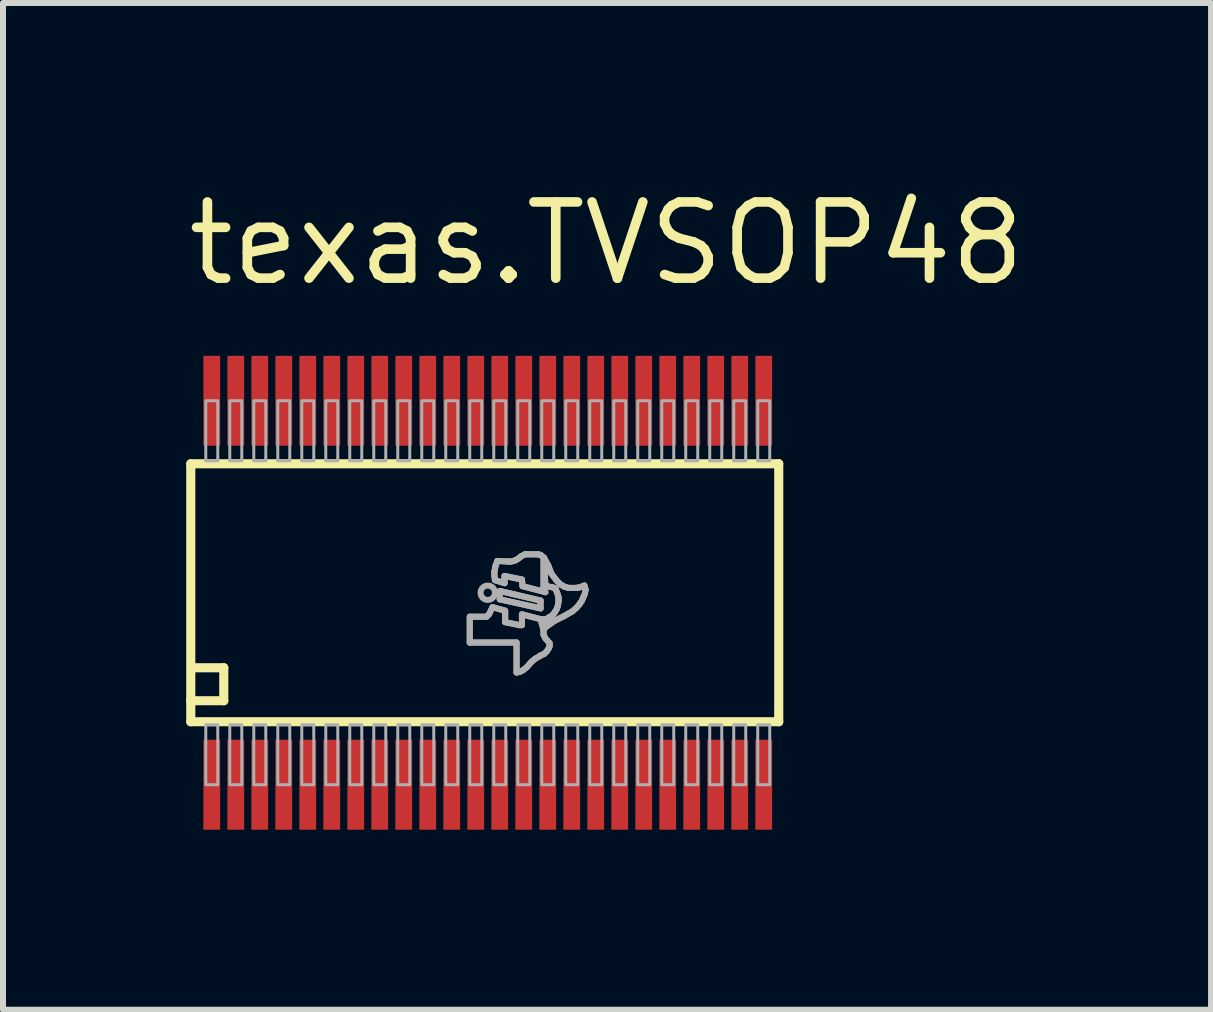
<source format=kicad_pcb>
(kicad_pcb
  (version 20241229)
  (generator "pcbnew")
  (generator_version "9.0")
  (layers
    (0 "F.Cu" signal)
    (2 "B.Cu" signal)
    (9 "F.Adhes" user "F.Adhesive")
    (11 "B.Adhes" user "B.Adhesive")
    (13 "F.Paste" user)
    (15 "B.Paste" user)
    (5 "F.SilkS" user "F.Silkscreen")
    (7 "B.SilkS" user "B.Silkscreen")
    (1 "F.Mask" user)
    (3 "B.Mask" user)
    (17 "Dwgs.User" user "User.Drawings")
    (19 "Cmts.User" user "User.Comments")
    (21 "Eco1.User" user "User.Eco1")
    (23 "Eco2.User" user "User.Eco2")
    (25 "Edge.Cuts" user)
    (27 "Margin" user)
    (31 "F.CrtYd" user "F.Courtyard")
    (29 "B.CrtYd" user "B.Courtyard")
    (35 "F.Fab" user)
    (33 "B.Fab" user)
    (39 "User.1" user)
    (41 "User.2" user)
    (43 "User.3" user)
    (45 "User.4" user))
  (footprint "texas.TVSOP48"
    (layer "F.Cu")
    (at 5.08 6.83)
    (property "Reference" "texas.TVSOP48" (at -5.08 -5.08 0) (layer "F.SilkS") (effects (font (size 1.27 1.27) (thickness 0.16)) (justify left bottom)))
    (attr smd)
    (fp_line (start -4.95 -2.15) (end 4.85 -2.15) (stroke (width 0.152) (type default)) (layer "F.SilkS"))
    (fp_line (start -4.95 1.8) (end -4.95 -2.15) (stroke (width 0.152) (type default)) (layer "F.SilkS"))
    (fp_line (start -4.95 2.15) (end -4.95 1.8) (stroke (width 0.152) (type default)) (layer "F.SilkS"))
    (fp_line (start -4.9 1.25) (end -4.4 1.25) (stroke (width 0.152) (type default)) (layer "F.SilkS"))
    (fp_line (start -4.4 1.25) (end -4.4 1.8) (stroke (width 0.152) (type default)) (layer "F.SilkS"))
    (fp_line (start -4.4 1.8) (end -4.95 1.8) (stroke (width 0.152) (type default)) (layer "F.SilkS"))
    (fp_line (start 4.85 -2.15) (end 4.85 2.15) (stroke (width 0.152) (type default)) (layer "F.SilkS"))
    (fp_line (start 4.85 2.15) (end -4.95 2.15) (stroke (width 0.152) (type default)) (layer "F.SilkS"))
    (fp_line (start -0.3 0.4) (end -0.3 0.83) (stroke (width 0.102) (type default)) (layer "F.Fab"))
    (fp_line (start -0.3 0.83) (end 0.48 0.83) (stroke (width 0.102) (type default)) (layer "F.Fab"))
    (fp_line (start -0.02 0.4) (end -0.3 0.4) (stroke (width 0.102) (type default)) (layer "F.Fab"))
    (fp_line (start 0.02 0.36) (end -0.02 0.4) (stroke (width 0.102) (type default)) (layer "F.Fab"))
    (fp_line (start 0.08 0.24) (end 0.02 0.36) (stroke (width 0.102) (type default)) (layer "F.Fab"))
    (fp_line (start 0.11 -0.35) (end 0.11 -0.29) (stroke (width 0.102) (type default)) (layer "F.Fab"))
    (fp_line (start 0.11 -0.29) (end 0.12 -0.21) (stroke (width 0.102) (type default)) (layer "F.Fab"))
    (fp_line (start 0.12 -0.21) (end 0.28 -0.16) (stroke (width 0.102) (type default)) (layer "F.Fab"))
    (fp_line (start 0.13 -0.45) (end 0.11 -0.35) (stroke (width 0.102) (type default)) (layer "F.Fab"))
    (fp_line (start 0.16 -0.53) (end 0.13 -0.45) (stroke (width 0.102) (type default)) (layer "F.Fab"))
    (fp_line (start 0.2 -0.03) (end 0.2 0.11) (stroke (width 0.102) (type default)) (layer "F.Fab"))
    (fp_line (start 0.2 0.11) (end 0.88 0.26) (stroke (width 0.102) (type default)) (layer "F.Fab"))
    (fp_line (start 0.28 -0.28) (end 0.57 -0.22) (stroke (width 0.102) (type default)) (layer "F.Fab"))
    (fp_line (start 0.28 -0.16) (end 0.28 -0.28) (stroke (width 0.102) (type default)) (layer "F.Fab"))
    (fp_line (start 0.29 0.3) (end 0.08 0.24) (stroke (width 0.102) (type default)) (layer "F.Fab"))
    (fp_line (start 0.29 0.49) (end 0.29 0.3) (stroke (width 0.102) (type default)) (layer "F.Fab"))
    (fp_line (start 0.34 -0.52) (end 0.16 -0.53) (stroke (width 0.102) (type default)) (layer "F.Fab"))
    (fp_line (start 0.39 -0.52) (end 0.34 -0.52) (stroke (width 0.102) (type default)) (layer "F.Fab"))
    (fp_line (start 0.46 -0.54) (end 0.39 -0.52) (stroke (width 0.102) (type default)) (layer "F.Fab"))
    (fp_line (start 0.48 0.83) (end 0.48 1.33) (stroke (width 0.102) (type default)) (layer "F.Fab"))
    (fp_line (start 0.48 1.33) (end 0.53 1.32) (stroke (width 0.102) (type default)) (layer "F.Fab"))
    (fp_line (start 0.51 -0.57) (end 0.46 -0.54) (stroke (width 0.102) (type default)) (layer "F.Fab"))
    (fp_line (start 0.53 0.54) (end 0.29 0.49) (stroke (width 0.102) (type default)) (layer "F.Fab"))
    (fp_line (start 0.53 1.32) (end 0.59 1.29) (stroke (width 0.102) (type default)) (layer "F.Fab"))
    (fp_line (start 0.56 -0.61) (end 0.51 -0.57) (stroke (width 0.102) (type default)) (layer "F.Fab"))
    (fp_line (start 0.57 -0.22) (end 0.58 -0.11) (stroke (width 0.102) (type default)) (layer "F.Fab"))
    (fp_line (start 0.57 0.36) (end 0.57 0.54) (stroke (width 0.102) (type default)) (layer "F.Fab"))
    (fp_line (start 0.57 0.54) (end 0.53 0.54) (stroke (width 0.102) (type default)) (layer "F.Fab"))
    (fp_line (start 0.58 -0.11) (end 0.96 -0.01) (stroke (width 0.102) (type default)) (layer "F.Fab"))
    (fp_line (start 0.59 1.29) (end 0.65 1.24) (stroke (width 0.102) (type default)) (layer "F.Fab"))
    (fp_line (start 0.62 -0.64) (end 0.56 -0.61) (stroke (width 0.102) (type default)) (layer "F.Fab"))
    (fp_line (start 0.65 1.24) (end 0.73 1.15) (stroke (width 0.102) (type default)) (layer "F.Fab"))
    (fp_line (start 0.73 1.15) (end 0.79 1.1) (stroke (width 0.102) (type default)) (layer "F.Fab"))
    (fp_line (start 0.79 1.1) (end 0.86 1.06) (stroke (width 0.102) (type default)) (layer "F.Fab"))
    (fp_line (start 0.84 -0.64) (end 0.62 -0.64) (stroke (width 0.102) (type default)) (layer "F.Fab"))
    (fp_line (start 0.86 1.06) (end 0.89 1.04) (stroke (width 0.102) (type default)) (layer "F.Fab"))
    (fp_line (start 0.88 -0.63) (end 0.84 -0.64) (stroke (width 0.102) (type default)) (layer "F.Fab"))
    (fp_line (start 0.88 0.13) (end 0.2 -0.03) (stroke (width 0.102) (type default)) (layer "F.Fab"))
    (fp_line (start 0.88 0.26) (end 0.88 0.13) (stroke (width 0.102) (type default)) (layer "F.Fab"))
    (fp_line (start 0.88 0.44) (end 0.57 0.36) (stroke (width 0.102) (type default)) (layer "F.Fab"))
    (fp_line (start 0.89 1.04) (end 0.94 1.02) (stroke (width 0.102) (type default)) (layer "F.Fab"))
    (fp_line (start 0.93 -0.59) (end 0.88 -0.63) (stroke (width 0.102) (type default)) (layer "F.Fab"))
    (fp_line (start 0.93 -0.09) (end 0.93 -0.59) (stroke (width 0.102) (type default)) (layer "F.Fab"))
    (fp_line (start 0.93 0.44) (end 0.93 0.59) (stroke (width 0.102) (type default)) (layer "F.Fab"))
    (fp_line (start 0.93 0.59) (end 0.95 0.59) (stroke (width 0.102) (type default)) (layer "F.Fab"))
    (fp_line (start 0.93 0.62) (end 0.88 0.44) (stroke (width 0.102) (type default)) (layer "F.Fab"))
    (fp_line (start 0.93 0.7) (end 0.93 0.62) (stroke (width 0.102) (type default)) (layer "F.Fab"))
    (fp_line (start 0.94 -0.58) (end 0.96 -0.11) (stroke (width 0.102) (type default)) (layer "F.Fab"))
    (fp_line (start 0.94 1.02) (end 0.98 0.98) (stroke (width 0.102) (type default)) (layer "F.Fab"))
    (fp_line (start 0.95 0.59) (end 0.98 0.56) (stroke (width 0.102) (type default)) (layer "F.Fab"))
    (fp_line (start 0.96 -0.11) (end 0.98 -0.11) (stroke (width 0.102) (type default)) (layer "F.Fab"))
    (fp_line (start 0.96 -0.01) (end 0.93 -0.09) (stroke (width 0.102) (type default)) (layer "F.Fab"))
    (fp_line (start 0.96 0.76) (end 0.93 0.7) (stroke (width 0.102) (type default)) (layer "F.Fab"))
    (fp_line (start 0.98 -0.11) (end 1.08 -0.09) (stroke (width 0.102) (type default)) (layer "F.Fab"))
    (fp_line (start 0.98 0.44) (end 0.93 0.44) (stroke (width 0.102) (type default)) (layer "F.Fab"))
    (fp_line (start 0.98 0.56) (end 1.04 0.52) (stroke (width 0.102) (type default)) (layer "F.Fab"))
    (fp_line (start 0.98 0.98) (end 1.02 0.92) (stroke (width 0.102) (type default)) (layer "F.Fab"))
    (fp_line (start 1.01 -0.45) (end 0.94 -0.58) (stroke (width 0.102) (type default)) (layer "F.Fab"))
    (fp_line (start 1.01 0.42) (end 0.98 0.44) (stroke (width 0.102) (type default)) (layer "F.Fab"))
    (fp_line (start 1.02 0.41) (end 1.01 0.42) (stroke (width 0.102) (type default)) (layer "F.Fab"))
    (fp_line (start 1.02 0.92) (end 1.03 0.89) (stroke (width 0.102) (type default)) (layer "F.Fab"))
    (fp_line (start 1.03 0.84) (end 0.96 0.76) (stroke (width 0.102) (type default)) (layer "F.Fab"))
    (fp_line (start 1.03 0.89) (end 1.03 0.84) (stroke (width 0.102) (type default)) (layer "F.Fab"))
    (fp_line (start 1.04 0.52) (end 1.11 0.47) (stroke (width 0.102) (type default)) (layer "F.Fab"))
    (fp_line (start 1.06 -0.32) (end 1.01 -0.45) (stroke (width 0.102) (type default)) (layer "F.Fab"))
    (fp_line (start 1.06 0.39) (end 1.02 0.41) (stroke (width 0.102) (type default)) (layer "F.Fab"))
    (fp_line (start 1.08 -0.09) (end 1.11 -0.08) (stroke (width 0.102) (type default)) (layer "F.Fab"))
    (fp_line (start 1.1 0.35) (end 1.06 0.39) (stroke (width 0.102) (type default)) (layer "F.Fab"))
    (fp_line (start 1.11 -0.08) (end 1.13 -0.07) (stroke (width 0.102) (type default)) (layer "F.Fab"))
    (fp_line (start 1.11 0.47) (end 1.27 0.39) (stroke (width 0.102) (type default)) (layer "F.Fab"))
    (fp_line (start 1.12 0.32) (end 1.1 0.35) (stroke (width 0.102) (type default)) (layer "F.Fab"))
    (fp_line (start 1.13 -0.07) (end 1.17 0.04) (stroke (width 0.102) (type default)) (layer "F.Fab"))
    (fp_line (start 1.15 -0.2) (end 1.06 -0.32) (stroke (width 0.102) (type default)) (layer "F.Fab"))
    (fp_line (start 1.15 0.27) (end 1.12 0.32) (stroke (width 0.102) (type default)) (layer "F.Fab"))
    (fp_line (start 1.17 0.04) (end 1.18 0.08) (stroke (width 0.102) (type default)) (layer "F.Fab"))
    (fp_line (start 1.17 0.21) (end 1.15 0.27) (stroke (width 0.102) (type default)) (layer "F.Fab"))
    (fp_line (start 1.18 0.08) (end 1.18 0.14) (stroke (width 0.102) (type default)) (layer "F.Fab"))
    (fp_line (start 1.18 0.14) (end 1.17 0.21) (stroke (width 0.102) (type default)) (layer "F.Fab"))
    (fp_line (start 1.21 -0.14) (end 1.15 -0.2) (stroke (width 0.102) (type default)) (layer "F.Fab"))
    (fp_line (start 1.27 0.39) (end 1.41 0.31) (stroke (width 0.102) (type default)) (layer "F.Fab"))
    (fp_line (start 1.28 -0.1) (end 1.21 -0.14) (stroke (width 0.102) (type default)) (layer "F.Fab"))
    (fp_line (start 1.35 -0.08) (end 1.28 -0.1) (stroke (width 0.102) (type default)) (layer "F.Fab"))
    (fp_line (start 1.41 0.31) (end 1.48 0.25) (stroke (width 0.102) (type default)) (layer "F.Fab"))
    (fp_line (start 1.47 -0.08) (end 1.35 -0.08) (stroke (width 0.102) (type default)) (layer "F.Fab"))
    (fp_line (start 1.48 0.25) (end 1.53 0.19) (stroke (width 0.102) (type default)) (layer "F.Fab"))
    (fp_line (start 1.53 -0.09) (end 1.47 -0.08) (stroke (width 0.102) (type default)) (layer "F.Fab"))
    (fp_line (start 1.53 0.19) (end 1.57 0.13) (stroke (width 0.102) (type default)) (layer "F.Fab"))
    (fp_line (start 1.57 0.13) (end 1.6 0.06) (stroke (width 0.102) (type default)) (layer "F.Fab"))
    (fp_line (start 1.6 0.06) (end 1.62 0.01) (stroke (width 0.102) (type default)) (layer "F.Fab"))
    (fp_line (start 1.61 -0.12) (end 1.53 -0.09) (stroke (width 0.102) (type default)) (layer "F.Fab"))
    (fp_line (start 1.62 -0.09) (end 1.61 -0.12) (stroke (width 0.102) (type default)) (layer "F.Fab"))
    (fp_line (start 1.62 0.01) (end 1.63 -0.05) (stroke (width 0.102) (type default)) (layer "F.Fab"))
    (fp_line (start 1.63 -0.05) (end 1.62 -0.09) (stroke (width 0.102) (type default)) (layer "F.Fab"))
    (fp_rect (start -4.7 -2.2) (end -4.5 -3.2) (stroke (width 0.05) (type default)) (fill no) (layer "F.Fab"))
    (fp_rect (start -4.7 3.2) (end -4.5 2.2) (stroke (width 0.05) (type default)) (fill no) (layer "F.Fab"))
    (fp_rect (start -4.3 -2.2) (end -4.1 -3.2) (stroke (width 0.05) (type default)) (fill no) (layer "F.Fab"))
    (fp_rect (start -4.3 3.2) (end -4.1 2.2) (stroke (width 0.05) (type default)) (fill no) (layer "F.Fab"))
    (fp_rect (start -3.9 -2.2) (end -3.7 -3.2) (stroke (width 0.05) (type default)) (fill no) (layer "F.Fab"))
    (fp_rect (start -3.9 3.2) (end -3.7 2.2) (stroke (width 0.05) (type default)) (fill no) (layer "F.Fab"))
    (fp_rect (start -3.5 -2.2) (end -3.3 -3.2) (stroke (width 0.05) (type default)) (fill no) (layer "F.Fab"))
    (fp_rect (start -3.5 3.2) (end -3.3 2.2) (stroke (width 0.05) (type default)) (fill no) (layer "F.Fab"))
    (fp_rect (start -3.1 -2.2) (end -2.9 -3.2) (stroke (width 0.05) (type default)) (fill no) (layer "F.Fab"))
    (fp_rect (start -3.1 3.2) (end -2.9 2.2) (stroke (width 0.05) (type default)) (fill no) (layer "F.Fab"))
    (fp_rect (start -2.7 -2.2) (end -2.5 -3.2) (stroke (width 0.05) (type default)) (fill no) (layer "F.Fab"))
    (fp_rect (start -2.7 3.2) (end -2.5 2.2) (stroke (width 0.05) (type default)) (fill no) (layer "F.Fab"))
    (fp_rect (start -2.3 -2.2) (end -2.1 -3.2) (stroke (width 0.05) (type default)) (fill no) (layer "F.Fab"))
    (fp_rect (start -2.3 3.2) (end -2.1 2.2) (stroke (width 0.05) (type default)) (fill no) (layer "F.Fab"))
    (fp_rect (start -1.9 -2.2) (end -1.7 -3.2) (stroke (width 0.05) (type default)) (fill no) (layer "F.Fab"))
    (fp_rect (start -1.9 3.2) (end -1.7 2.2) (stroke (width 0.05) (type default)) (fill no) (layer "F.Fab"))
    (fp_rect (start -1.5 -2.2) (end -1.3 -3.2) (stroke (width 0.05) (type default)) (fill no) (layer "F.Fab"))
    (fp_rect (start -1.5 3.2) (end -1.3 2.2) (stroke (width 0.05) (type default)) (fill no) (layer "F.Fab"))
    (fp_rect (start -1.1 -2.2) (end -0.9 -3.2) (stroke (width 0.05) (type default)) (fill no) (layer "F.Fab"))
    (fp_rect (start -1.1 3.2) (end -0.9 2.2) (stroke (width 0.05) (type default)) (fill no) (layer "F.Fab"))
    (fp_rect (start -0.7 -2.2) (end -0.5 -3.2) (stroke (width 0.05) (type default)) (fill no) (layer "F.Fab"))
    (fp_rect (start -0.7 3.2) (end -0.5 2.2) (stroke (width 0.05) (type default)) (fill no) (layer "F.Fab"))
    (fp_rect (start -0.3 -2.2) (end -0.1 -3.2) (stroke (width 0.05) (type default)) (fill no) (layer "F.Fab"))
    (fp_rect (start -0.3 3.2) (end -0.1 2.2) (stroke (width 0.05) (type default)) (fill no) (layer "F.Fab"))
    (fp_rect (start 0.1 -2.2) (end 0.3 -3.2) (stroke (width 0.05) (type default)) (fill no) (layer "F.Fab"))
    (fp_rect (start 0.1 3.2) (end 0.3 2.2) (stroke (width 0.05) (type default)) (fill no) (layer "F.Fab"))
    (fp_rect (start 0.5 -2.2) (end 0.7 -3.2) (stroke (width 0.05) (type default)) (fill no) (layer "F.Fab"))
    (fp_rect (start 0.5 3.2) (end 0.7 2.2) (stroke (width 0.05) (type default)) (fill no) (layer "F.Fab"))
    (fp_rect (start 0.9 -2.2) (end 1.1 -3.2) (stroke (width 0.05) (type default)) (fill no) (layer "F.Fab"))
    (fp_rect (start 0.9 3.2) (end 1.1 2.2) (stroke (width 0.05) (type default)) (fill no) (layer "F.Fab"))
    (fp_rect (start 1.3 -2.2) (end 1.5 -3.2) (stroke (width 0.05) (type default)) (fill no) (layer "F.Fab"))
    (fp_rect (start 1.3 3.2) (end 1.5 2.2) (stroke (width 0.05) (type default)) (fill no) (layer "F.Fab"))
    (fp_rect (start 1.7 -2.2) (end 1.9 -3.2) (stroke (width 0.05) (type default)) (fill no) (layer "F.Fab"))
    (fp_rect (start 1.7 3.2) (end 1.9 2.2) (stroke (width 0.05) (type default)) (fill no) (layer "F.Fab"))
    (fp_rect (start 2.1 -2.2) (end 2.3 -3.2) (stroke (width 0.05) (type default)) (fill no) (layer "F.Fab"))
    (fp_rect (start 2.1 3.2) (end 2.3 2.2) (stroke (width 0.05) (type default)) (fill no) (layer "F.Fab"))
    (fp_rect (start 2.5 -2.2) (end 2.7 -3.2) (stroke (width 0.05) (type default)) (fill no) (layer "F.Fab"))
    (fp_rect (start 2.5 3.2) (end 2.7 2.2) (stroke (width 0.05) (type default)) (fill no) (layer "F.Fab"))
    (fp_rect (start 2.9 -2.2) (end 3.1 -3.2) (stroke (width 0.05) (type default)) (fill no) (layer "F.Fab"))
    (fp_rect (start 2.9 3.2) (end 3.1 2.2) (stroke (width 0.05) (type default)) (fill no) (layer "F.Fab"))
    (fp_rect (start 3.3 -2.2) (end 3.5 -3.2) (stroke (width 0.05) (type default)) (fill no) (layer "F.Fab"))
    (fp_rect (start 3.3 3.2) (end 3.5 2.2) (stroke (width 0.05) (type default)) (fill no) (layer "F.Fab"))
    (fp_rect (start 3.7 -2.2) (end 3.9 -3.2) (stroke (width 0.05) (type default)) (fill no) (layer "F.Fab"))
    (fp_rect (start 3.7 3.2) (end 3.9 2.2) (stroke (width 0.05) (type default)) (fill no) (layer "F.Fab"))
    (fp_rect (start 4.1 -2.2) (end 4.3 -3.2) (stroke (width 0.05) (type default)) (fill no) (layer "F.Fab"))
    (fp_rect (start 4.1 3.2) (end 4.3 2.2) (stroke (width 0.05) (type default)) (fill no) (layer "F.Fab"))
    (fp_rect (start 4.5 -2.2) (end 4.7 -3.2) (stroke (width 0.05) (type default)) (fill no) (layer "F.Fab"))
    (fp_rect (start 4.5 3.2) (end 4.7 2.2) (stroke (width 0.05) (type default)) (fill no) (layer "F.Fab"))
    (fp_circle (center 0 0) (end 0.12 0) (stroke (width 0.1) (type default)) (fill no) (layer "F.Fab"))
    (fp_poly (pts (xy 0.2 -0.03) (xy 0.2 0.11) (xy 0.88 0.26) (xy 0.88 0.13)) (stroke (width 0.1) (type default)) (fill no) (layer "F.Fab"))
    (fp_poly (pts (xy 0.16 -0.53) (xy 0.13 -0.45) (xy 0.11 -0.35) (xy 0.11 -0.29) (xy 0.12 -0.21) (xy 0.28 -0.16) (xy 0.28 -0.28) (xy 0.57 -0.22) (xy 0.58 -0.11) (xy 0.96 -0.01) (xy 0.93 -0.09) (xy 0.93 -0.59) (xy 0.88 -0.63) (xy 0.84 -0.64) (xy 0.62 -0.64) (xy 0.56 -0.61) (xy 0.51 -0.57) (xy 0.46 -0.54) (xy 0.39 -0.52) (xy 0.34 -0.52)) (stroke (width 0.1) (type default)) (fill no) (layer "F.Fab"))
    (fp_poly (pts (xy -0.3 0.4) (xy -0.3 0.83) (xy 0.48 0.83) (xy 0.48 1.33) (xy 0.53 1.32) (xy 0.59 1.29) (xy 0.65 1.24) (xy 0.73 1.15) (xy 0.79 1.1) (xy 0.86 1.06) (xy 0.89 1.04) (xy 0.94 1.02) (xy 0.98 0.98) (xy 1.02 0.92) (xy 1.03 0.89) (xy 1.03 0.84) (xy 0.96 0.76) (xy 0.93 0.7) (xy 0.93 0.62) (xy 0.88 0.44) (xy 0.57 0.36) (xy 0.57 0.54) (xy 0.53 0.54) (xy 0.29 0.49) (xy 0.29 0.3) (xy 0.08 0.24) (xy 0.02 0.36) (xy -0.02 0.4)) (stroke (width 0.1) (type default)) (fill no) (layer "F.Fab"))
    (fp_poly (pts (xy 0.96 -0.11) (xy 0.98 -0.11) (xy 1.08 -0.09) (xy 1.11 -0.08) (xy 1.13 -0.07) (xy 1.17 0.04) (xy 1.18 0.08) (xy 1.18 0.14) (xy 1.17 0.21) (xy 1.15 0.27) (xy 1.12 0.32) (xy 1.1 0.35) (xy 1.06 0.39) (xy 1.02 0.41) (xy 1.01 0.42) (xy 0.98 0.44) (xy 0.93 0.44) (xy 0.93 0.59) (xy 0.95 0.59) (xy 0.98 0.56) (xy 1.04 0.52) (xy 1.11 0.47) (xy 1.27 0.39) (xy 1.41 0.31) (xy 1.48 0.25) (xy 1.53 0.19) (xy 1.57 0.13) (xy 1.6 0.06) (xy 1.62 0.01) (xy 1.63 -0.05) (xy 1.62 -0.09) (xy 1.61 -0.12) (xy 1.53 -0.09) (xy 1.47 -0.08) (xy 1.35 -0.08) (xy 1.28 -0.1) (xy 1.21 -0.14) (xy 1.15 -0.2) (xy 1.06 -0.32) (xy 1.01 -0.45) (xy 0.94 -0.58)) (stroke (width 0.1) (type default)) (fill no) (layer "F.Fab"))
    (pad "1" smd roundrect (at -4.6 3.2) (size 0.28 1.5) (layers "F.Cu" "F.Mask" "F.Paste") (roundrect_rratio 0.01))
    (pad "2" smd roundrect (at -4.2 3.2) (size 0.28 1.5) (layers "F.Cu" "F.Mask" "F.Paste") (roundrect_rratio 0.01))
    (pad "3" smd roundrect (at -3.8 3.2) (size 0.28 1.5) (layers "F.Cu" "F.Mask" "F.Paste") (roundrect_rratio 0.01))
    (pad "4" smd roundrect (at -3.4 3.2) (size 0.28 1.5) (layers "F.Cu" "F.Mask" "F.Paste") (roundrect_rratio 0.01))
    (pad "5" smd roundrect (at -3 3.2) (size 0.28 1.5) (layers "F.Cu" "F.Mask" "F.Paste") (roundrect_rratio 0.01))
    (pad "6" smd roundrect (at -2.6 3.2) (size 0.28 1.5) (layers "F.Cu" "F.Mask" "F.Paste") (roundrect_rratio 0.01))
    (pad "7" smd roundrect (at -2.2 3.2) (size 0.28 1.5) (layers "F.Cu" "F.Mask" "F.Paste") (roundrect_rratio 0.01))
    (pad "8" smd roundrect (at -1.8 3.2) (size 0.28 1.5) (layers "F.Cu" "F.Mask" "F.Paste") (roundrect_rratio 0.01))
    (pad "9" smd roundrect (at -1.4 3.2) (size 0.28 1.5) (layers "F.Cu" "F.Mask" "F.Paste") (roundrect_rratio 0.01))
    (pad "10" smd roundrect (at -1 3.2) (size 0.28 1.5) (layers "F.Cu" "F.Mask" "F.Paste") (roundrect_rratio 0.01))
    (pad "11" smd roundrect (at -0.6 3.2) (size 0.28 1.5) (layers "F.Cu" "F.Mask" "F.Paste") (roundrect_rratio 0.01))
    (pad "12" smd roundrect (at -0.2 3.2) (size 0.28 1.5) (layers "F.Cu" "F.Mask" "F.Paste") (roundrect_rratio 0.01))
    (pad "13" smd roundrect (at 0.2 3.2) (size 0.28 1.5) (layers "F.Cu" "F.Mask" "F.Paste") (roundrect_rratio 0.01))
    (pad "14" smd roundrect (at 0.6 3.2) (size 0.28 1.5) (layers "F.Cu" "F.Mask" "F.Paste") (roundrect_rratio 0.01))
    (pad "15" smd roundrect (at 1 3.2) (size 0.28 1.5) (layers "F.Cu" "F.Mask" "F.Paste") (roundrect_rratio 0.01))
    (pad "16" smd roundrect (at 1.4 3.2) (size 0.28 1.5) (layers "F.Cu" "F.Mask" "F.Paste") (roundrect_rratio 0.01))
    (pad "17" smd roundrect (at 1.8 3.2) (size 0.28 1.5) (layers "F.Cu" "F.Mask" "F.Paste") (roundrect_rratio 0.01))
    (pad "18" smd roundrect (at 2.2 3.2) (size 0.28 1.5) (layers "F.Cu" "F.Mask" "F.Paste") (roundrect_rratio 0.01))
    (pad "19" smd roundrect (at 2.6 3.2) (size 0.28 1.5) (layers "F.Cu" "F.Mask" "F.Paste") (roundrect_rratio 0.01))
    (pad "20" smd roundrect (at 3 3.2) (size 0.28 1.5) (layers "F.Cu" "F.Mask" "F.Paste") (roundrect_rratio 0.01))
    (pad "21" smd roundrect (at 3.4 3.2) (size 0.28 1.5) (layers "F.Cu" "F.Mask" "F.Paste") (roundrect_rratio 0.01))
    (pad "22" smd roundrect (at 3.8 3.2) (size 0.28 1.5) (layers "F.Cu" "F.Mask" "F.Paste") (roundrect_rratio 0.01))
    (pad "23" smd roundrect (at 4.2 3.2) (size 0.28 1.5) (layers "F.Cu" "F.Mask" "F.Paste") (roundrect_rratio 0.01))
    (pad "24" smd roundrect (at 4.6 3.2) (size 0.28 1.5) (layers "F.Cu" "F.Mask" "F.Paste") (roundrect_rratio 0.01))
    (pad "25" smd roundrect (at 4.6 -3.2) (size 0.28 1.5) (layers "F.Cu" "F.Mask" "F.Paste") (roundrect_rratio 0.01))
    (pad "26" smd roundrect (at 4.2 -3.2) (size 0.28 1.5) (layers "F.Cu" "F.Mask" "F.Paste") (roundrect_rratio 0.01))
    (pad "27" smd roundrect (at 3.8 -3.2) (size 0.28 1.5) (layers "F.Cu" "F.Mask" "F.Paste") (roundrect_rratio 0.01))
    (pad "28" smd roundrect (at 3.4 -3.2) (size 0.28 1.5) (layers "F.Cu" "F.Mask" "F.Paste") (roundrect_rratio 0.01))
    (pad "29" smd roundrect (at 3 -3.2) (size 0.28 1.5) (layers "F.Cu" "F.Mask" "F.Paste") (roundrect_rratio 0.01))
    (pad "30" smd roundrect (at 2.6 -3.2) (size 0.28 1.5) (layers "F.Cu" "F.Mask" "F.Paste") (roundrect_rratio 0.01))
    (pad "31" smd roundrect (at 2.2 -3.2) (size 0.28 1.5) (layers "F.Cu" "F.Mask" "F.Paste") (roundrect_rratio 0.01))
    (pad "32" smd roundrect (at 1.8 -3.2) (size 0.28 1.5) (layers "F.Cu" "F.Mask" "F.Paste") (roundrect_rratio 0.01))
    (pad "33" smd roundrect (at 1.4 -3.2) (size 0.28 1.5) (layers "F.Cu" "F.Mask" "F.Paste") (roundrect_rratio 0.01))
    (pad "34" smd roundrect (at 1 -3.2) (size 0.28 1.5) (layers "F.Cu" "F.Mask" "F.Paste") (roundrect_rratio 0.01))
    (pad "35" smd roundrect (at 0.6 -3.2) (size 0.28 1.5) (layers "F.Cu" "F.Mask" "F.Paste") (roundrect_rratio 0.01))
    (pad "36" smd roundrect (at 0.2 -3.2) (size 0.28 1.5) (layers "F.Cu" "F.Mask" "F.Paste") (roundrect_rratio 0.01))
    (pad "37" smd roundrect (at -0.2 -3.2) (size 0.28 1.5) (layers "F.Cu" "F.Mask" "F.Paste") (roundrect_rratio 0.01))
    (pad "38" smd roundrect (at -0.6 -3.2) (size 0.28 1.5) (layers "F.Cu" "F.Mask" "F.Paste") (roundrect_rratio 0.01))
    (pad "39" smd roundrect (at -1 -3.2) (size 0.28 1.5) (layers "F.Cu" "F.Mask" "F.Paste") (roundrect_rratio 0.01))
    (pad "40" smd roundrect (at -1.4 -3.2) (size 0.28 1.5) (layers "F.Cu" "F.Mask" "F.Paste") (roundrect_rratio 0.01))
    (pad "41" smd roundrect (at -1.8 -3.2) (size 0.28 1.5) (layers "F.Cu" "F.Mask" "F.Paste") (roundrect_rratio 0.01))
    (pad "42" smd roundrect (at -2.2 -3.2) (size 0.28 1.5) (layers "F.Cu" "F.Mask" "F.Paste") (roundrect_rratio 0.01))
    (pad "43" smd roundrect (at -2.6 -3.2) (size 0.28 1.5) (layers "F.Cu" "F.Mask" "F.Paste") (roundrect_rratio 0.01))
    (pad "44" smd roundrect (at -3 -3.2) (size 0.28 1.5) (layers "F.Cu" "F.Mask" "F.Paste") (roundrect_rratio 0.01))
    (pad "45" smd roundrect (at -3.4 -3.2) (size 0.28 1.5) (layers "F.Cu" "F.Mask" "F.Paste") (roundrect_rratio 0.01))
    (pad "46" smd roundrect (at -3.8 -3.2) (size 0.28 1.5) (layers "F.Cu" "F.Mask" "F.Paste") (roundrect_rratio 0.01))
    (pad "47" smd roundrect (at -4.2 -3.2) (size 0.28 1.5) (layers "F.Cu" "F.Mask" "F.Paste") (roundrect_rratio 0.01))
    (pad "48" smd roundrect (at -4.6 -3.2) (size 0.28 1.5) (layers "F.Cu" "F.Mask" "F.Paste") (roundrect_rratio 0.01)))
  (gr_rect
    (start -3 -3)
    (end 17.136 13.78)
    (stroke (width 0.1) (type default))
    (fill no)
    (layer "Edge.Cuts")))
</source>
